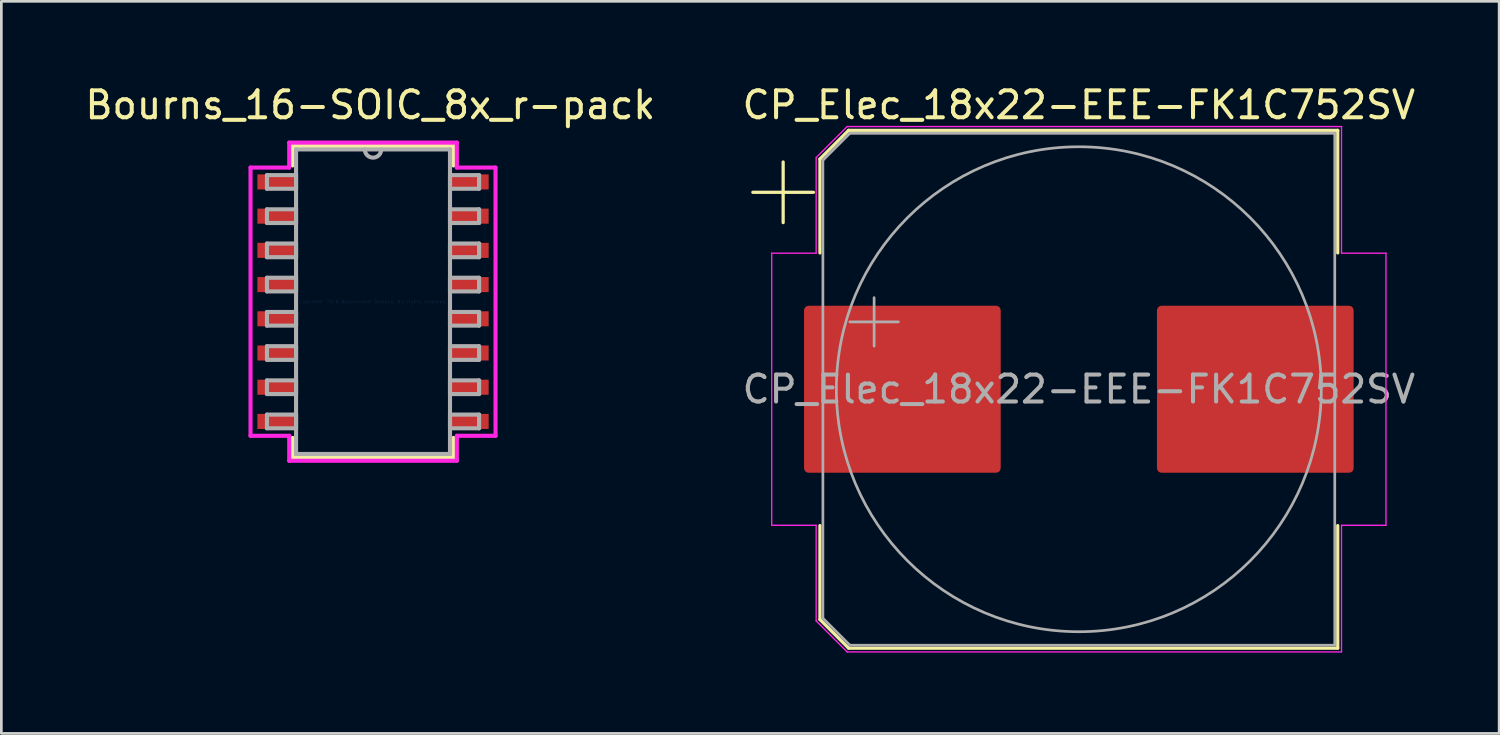
<source format=kicad_pcb>
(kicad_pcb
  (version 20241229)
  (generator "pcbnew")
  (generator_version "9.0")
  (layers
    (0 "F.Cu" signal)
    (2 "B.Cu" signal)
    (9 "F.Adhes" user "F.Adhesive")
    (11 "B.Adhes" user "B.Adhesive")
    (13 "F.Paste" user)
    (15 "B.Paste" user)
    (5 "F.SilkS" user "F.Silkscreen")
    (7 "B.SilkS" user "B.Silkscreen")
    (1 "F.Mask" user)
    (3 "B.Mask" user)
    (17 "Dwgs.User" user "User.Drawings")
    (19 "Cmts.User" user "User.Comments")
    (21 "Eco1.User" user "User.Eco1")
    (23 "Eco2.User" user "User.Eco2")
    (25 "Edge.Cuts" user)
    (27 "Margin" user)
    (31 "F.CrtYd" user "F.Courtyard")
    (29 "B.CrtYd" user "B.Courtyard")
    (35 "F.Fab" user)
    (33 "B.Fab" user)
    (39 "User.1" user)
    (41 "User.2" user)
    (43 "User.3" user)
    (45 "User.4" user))
  (footprint "CP_Elec_18x22-EEE-FK1C752SV"
    (layer "F.Cu")
    (at 36.994 11.398)
    (property "Reference" "CP_Elec_18x22-EEE-FK1C752SV" (at 0 -10.55 0) (layer "F.SilkS") (effects (font (size 1 1) (thickness 0.15))))
    (attr smd)
    (fp_line (start -12.1 -7.31) (end -9.85 -7.31) (stroke (width 0.12) (type solid)) (layer "F.SilkS"))
    (fp_line (start -10.975 -8.435) (end -10.975 -6.185) (stroke (width 0.12) (type solid)) (layer "F.SilkS"))
    (fp_line (start -9.61 -8.546) (end -9.61 -5.06) (stroke (width 0.12) (type solid)) (layer "F.SilkS"))
    (fp_line (start -9.61 -8.546) (end -8.546 -9.61) (stroke (width 0.12) (type solid)) (layer "F.SilkS"))
    (fp_line (start -9.61 8.546) (end -9.61 5.06) (stroke (width 0.12) (type solid)) (layer "F.SilkS"))
    (fp_line (start -9.61 8.546) (end -8.546 9.61) (stroke (width 0.12) (type solid)) (layer "F.SilkS"))
    (fp_line (start -8.546 -9.61) (end 9.61 -9.61) (stroke (width 0.12) (type solid)) (layer "F.SilkS"))
    (fp_line (start -8.546 9.61) (end 9.61 9.61) (stroke (width 0.12) (type solid)) (layer "F.SilkS"))
    (fp_line (start 9.61 -9.61) (end 9.61 -5.06) (stroke (width 0.12) (type solid)) (layer "F.SilkS"))
    (fp_line (start 9.61 9.61) (end 9.61 5.06) (stroke (width 0.12) (type solid)) (layer "F.SilkS"))
    (fp_line (start -11.4 -5.05) (end -11.4 5.05) (stroke (width 0.05) (type solid)) (layer "F.CrtYd"))
    (fp_line (start -11.4 5.05) (end -9.75 5.05) (stroke (width 0.05) (type solid)) (layer "F.CrtYd"))
    (fp_line (start -9.75 -8.6) (end -9.75 -5.05) (stroke (width 0.05) (type solid)) (layer "F.CrtYd"))
    (fp_line (start -9.75 -8.6) (end -8.6 -9.75) (stroke (width 0.05) (type solid)) (layer "F.CrtYd"))
    (fp_line (start -9.75 -5.05) (end -11.4 -5.05) (stroke (width 0.05) (type solid)) (layer "F.CrtYd"))
    (fp_line (start -9.75 5.05) (end -9.75 8.6) (stroke (width 0.05) (type solid)) (layer "F.CrtYd"))
    (fp_line (start -9.75 8.6) (end -8.6 9.75) (stroke (width 0.05) (type solid)) (layer "F.CrtYd"))
    (fp_line (start -8.6 -9.75) (end 9.75 -9.75) (stroke (width 0.05) (type solid)) (layer "F.CrtYd"))
    (fp_line (start -8.6 9.75) (end 9.75 9.75) (stroke (width 0.05) (type solid)) (layer "F.CrtYd"))
    (fp_line (start 9.75 -9.75) (end 9.75 -5.05) (stroke (width 0.05) (type solid)) (layer "F.CrtYd"))
    (fp_line (start 9.75 -5.05) (end 11.4 -5.05) (stroke (width 0.05) (type solid)) (layer "F.CrtYd"))
    (fp_line (start 9.75 5.05) (end 9.75 9.75) (stroke (width 0.05) (type solid)) (layer "F.CrtYd"))
    (fp_line (start 11.4 -5.05) (end 11.4 5.05) (stroke (width 0.05) (type solid)) (layer "F.CrtYd"))
    (fp_line (start 11.4 5.05) (end 9.75 5.05) (stroke (width 0.05) (type solid)) (layer "F.CrtYd"))
    (fp_line (start -9.5 -8.5) (end -9.5 8.5) (stroke (width 0.1) (type solid)) (layer "F.Fab"))
    (fp_line (start -9.5 -8.5) (end -8.5 -9.5) (stroke (width 0.1) (type solid)) (layer "F.Fab"))
    (fp_line (start -9.5 8.5) (end -8.5 9.5) (stroke (width 0.1) (type solid)) (layer "F.Fab"))
    (fp_line (start -8.5 -9.5) (end 9.5 -9.5) (stroke (width 0.1) (type solid)) (layer "F.Fab"))
    (fp_line (start -8.5 9.5) (end 9.5 9.5) (stroke (width 0.1) (type solid)) (layer "F.Fab"))
    (fp_line (start -8.499 -2.5) (end -6.699 -2.5) (stroke (width 0.1) (type solid)) (layer "F.Fab"))
    (fp_line (start -7.599 -3.4) (end -7.599 -1.6) (stroke (width 0.1) (type solid)) (layer "F.Fab"))
    (fp_line (start 9.5 -9.5) (end 9.5 9.5) (stroke (width 0.1) (type solid)) (layer "F.Fab"))
    (fp_circle (center 0 0) (end 9 0) (stroke (width 0.1) (type solid)) (fill no) (layer "F.Fab"))
    (fp_text user "${REFERENCE}" (at 0 0 0) (layer "F.Fab") (effects (font (size 1 1) (thickness 0.15))))
    (pad "1" smd roundrect (at -6.55 0) (size 7.3 6.2) (layers "F.Cu" "F.Mask" "F.Paste") (roundrect_rratio 0.028))
    (pad "2" smd roundrect (at 6.55 0) (size 7.3 6.2) (layers "F.Cu" "F.Mask" "F.Paste") (roundrect_rratio 0.028)))
  (footprint "Bourns_16-SOIC_8x_r-pack"
    (layer "F.Cu")
    (at 10.796 8.148)
    (property "Reference" "Bourns_16-SOIC_8x_r-pack" (at -0.1 -7.3 0) (layer "F.SilkS") (effects (font (size 1 1) (thickness 0.15))))
    (attr through_hole)
    (fp_line (start -2.985 -5.779) (end -2.985 -5.057) (stroke (width 0.152) (type solid)) (layer "F.SilkS"))
    (fp_line (start -2.985 5.057) (end -2.985 5.779) (stroke (width 0.152) (type solid)) (layer "F.SilkS"))
    (fp_line (start -2.985 5.779) (end 2.985 5.779) (stroke (width 0.152) (type solid)) (layer "F.SilkS"))
    (fp_line (start 2.985 -5.779) (end -2.985 -5.779) (stroke (width 0.152) (type solid)) (layer "F.SilkS"))
    (fp_line (start 2.985 -5.057) (end 2.985 -5.779) (stroke (width 0.152) (type solid)) (layer "F.SilkS"))
    (fp_line (start 2.985 5.779) (end 2.985 5.057) (stroke (width 0.152) (type solid)) (layer "F.SilkS"))
    (fp_line (start -4.547 -4.978) (end -3.111 -4.978) (stroke (width 0.152) (type solid)) (layer "F.CrtYd"))
    (fp_line (start -4.547 4.978) (end -4.547 -4.978) (stroke (width 0.152) (type solid)) (layer "F.CrtYd"))
    (fp_line (start -3.111 -5.905) (end 3.111 -5.905) (stroke (width 0.152) (type solid)) (layer "F.CrtYd"))
    (fp_line (start -3.111 -4.978) (end -3.111 -5.905) (stroke (width 0.152) (type solid)) (layer "F.CrtYd"))
    (fp_line (start -3.111 4.978) (end -4.547 4.978) (stroke (width 0.152) (type solid)) (layer "F.CrtYd"))
    (fp_line (start -3.111 5.905) (end -3.111 4.978) (stroke (width 0.152) (type solid)) (layer "F.CrtYd"))
    (fp_line (start 3.111 -5.905) (end 3.111 -4.978) (stroke (width 0.152) (type solid)) (layer "F.CrtYd"))
    (fp_line (start 3.111 -4.978) (end 4.547 -4.978) (stroke (width 0.152) (type solid)) (layer "F.CrtYd"))
    (fp_line (start 3.111 4.978) (end 3.111 5.905) (stroke (width 0.152) (type solid)) (layer "F.CrtYd"))
    (fp_line (start 3.111 5.905) (end -3.111 5.905) (stroke (width 0.152) (type solid)) (layer "F.CrtYd"))
    (fp_line (start 4.547 -4.978) (end 4.547 4.978) (stroke (width 0.152) (type solid)) (layer "F.CrtYd"))
    (fp_line (start 4.547 4.978) (end 3.111 4.978) (stroke (width 0.152) (type solid)) (layer "F.CrtYd"))
    (fp_line (start -3.937 -4.699) (end -3.937 -4.191) (stroke (width 0.152) (type solid)) (layer "F.Fab"))
    (fp_line (start -3.937 -4.191) (end -2.857 -4.191) (stroke (width 0.152) (type solid)) (layer "F.Fab"))
    (fp_line (start -3.937 -3.429) (end -3.937 -2.921) (stroke (width 0.152) (type solid)) (layer "F.Fab"))
    (fp_line (start -3.937 -2.921) (end -2.857 -2.921) (stroke (width 0.152) (type solid)) (layer "F.Fab"))
    (fp_line (start -3.937 -2.159) (end -3.937 -1.651) (stroke (width 0.152) (type solid)) (layer "F.Fab"))
    (fp_line (start -3.937 -1.651) (end -2.857 -1.651) (stroke (width 0.152) (type solid)) (layer "F.Fab"))
    (fp_line (start -3.937 -0.889) (end -3.937 -0.381) (stroke (width 0.152) (type solid)) (layer "F.Fab"))
    (fp_line (start -3.937 -0.381) (end -2.857 -0.381) (stroke (width 0.152) (type solid)) (layer "F.Fab"))
    (fp_line (start -3.937 0.381) (end -3.937 0.889) (stroke (width 0.152) (type solid)) (layer "F.Fab"))
    (fp_line (start -3.937 0.889) (end -2.857 0.889) (stroke (width 0.152) (type solid)) (layer "F.Fab"))
    (fp_line (start -3.937 1.651) (end -3.937 2.159) (stroke (width 0.152) (type solid)) (layer "F.Fab"))
    (fp_line (start -3.937 2.159) (end -2.857 2.159) (stroke (width 0.152) (type solid)) (layer "F.Fab"))
    (fp_line (start -3.937 2.921) (end -3.937 3.429) (stroke (width 0.152) (type solid)) (layer "F.Fab"))
    (fp_line (start -3.937 3.429) (end -2.857 3.429) (stroke (width 0.152) (type solid)) (layer "F.Fab"))
    (fp_line (start -3.937 4.191) (end -3.937 4.699) (stroke (width 0.152) (type solid)) (layer "F.Fab"))
    (fp_line (start -3.937 4.699) (end -2.857 4.699) (stroke (width 0.152) (type solid)) (layer "F.Fab"))
    (fp_line (start -2.857 -5.652) (end -2.857 5.652) (stroke (width 0.152) (type solid)) (layer "F.Fab"))
    (fp_line (start -2.857 -4.699) (end -3.937 -4.699) (stroke (width 0.152) (type solid)) (layer "F.Fab"))
    (fp_line (start -2.857 -4.191) (end -2.857 -4.699) (stroke (width 0.152) (type solid)) (layer "F.Fab"))
    (fp_line (start -2.857 -3.429) (end -3.937 -3.429) (stroke (width 0.152) (type solid)) (layer "F.Fab"))
    (fp_line (start -2.857 -2.921) (end -2.857 -3.429) (stroke (width 0.152) (type solid)) (layer "F.Fab"))
    (fp_line (start -2.857 -2.159) (end -3.937 -2.159) (stroke (width 0.152) (type solid)) (layer "F.Fab"))
    (fp_line (start -2.857 -1.651) (end -2.857 -2.159) (stroke (width 0.152) (type solid)) (layer "F.Fab"))
    (fp_line (start -2.857 -0.889) (end -3.937 -0.889) (stroke (width 0.152) (type solid)) (layer "F.Fab"))
    (fp_line (start -2.857 -0.381) (end -2.857 -0.889) (stroke (width 0.152) (type solid)) (layer "F.Fab"))
    (fp_line (start -2.857 0.381) (end -3.937 0.381) (stroke (width 0.152) (type solid)) (layer "F.Fab"))
    (fp_line (start -2.857 0.889) (end -2.857 0.381) (stroke (width 0.152) (type solid)) (layer "F.Fab"))
    (fp_line (start -2.857 1.651) (end -3.937 1.651) (stroke (width 0.152) (type solid)) (layer "F.Fab"))
    (fp_line (start -2.857 2.159) (end -2.857 1.651) (stroke (width 0.152) (type solid)) (layer "F.Fab"))
    (fp_line (start -2.857 2.921) (end -3.937 2.921) (stroke (width 0.152) (type solid)) (layer "F.Fab"))
    (fp_line (start -2.857 3.429) (end -2.857 2.921) (stroke (width 0.152) (type solid)) (layer "F.Fab"))
    (fp_line (start -2.857 4.191) (end -3.937 4.191) (stroke (width 0.152) (type solid)) (layer "F.Fab"))
    (fp_line (start -2.857 4.699) (end -2.857 4.191) (stroke (width 0.152) (type solid)) (layer "F.Fab"))
    (fp_line (start -2.857 5.652) (end 2.857 5.652) (stroke (width 0.152) (type solid)) (layer "F.Fab"))
    (fp_line (start 2.857 -5.652) (end -2.857 -5.652) (stroke (width 0.152) (type solid)) (layer "F.Fab"))
    (fp_line (start 2.857 -4.699) (end 2.857 -4.191) (stroke (width 0.152) (type solid)) (layer "F.Fab"))
    (fp_line (start 2.857 -4.191) (end 3.937 -4.191) (stroke (width 0.152) (type solid)) (layer "F.Fab"))
    (fp_line (start 2.857 -3.429) (end 2.857 -2.921) (stroke (width 0.152) (type solid)) (layer "F.Fab"))
    (fp_line (start 2.857 -2.921) (end 3.937 -2.921) (stroke (width 0.152) (type solid)) (layer "F.Fab"))
    (fp_line (start 2.857 -2.159) (end 2.857 -1.651) (stroke (width 0.152) (type solid)) (layer "F.Fab"))
    (fp_line (start 2.857 -1.651) (end 3.937 -1.651) (stroke (width 0.152) (type solid)) (layer "F.Fab"))
    (fp_line (start 2.857 -0.889) (end 2.857 -0.381) (stroke (width 0.152) (type solid)) (layer "F.Fab"))
    (fp_line (start 2.857 -0.381) (end 3.937 -0.381) (stroke (width 0.152) (type solid)) (layer "F.Fab"))
    (fp_line (start 2.857 0.381) (end 2.857 0.889) (stroke (width 0.152) (type solid)) (layer "F.Fab"))
    (fp_line (start 2.857 0.889) (end 3.937 0.889) (stroke (width 0.152) (type solid)) (layer "F.Fab"))
    (fp_line (start 2.857 1.651) (end 2.857 2.159) (stroke (width 0.152) (type solid)) (layer "F.Fab"))
    (fp_line (start 2.857 2.159) (end 3.937 2.159) (stroke (width 0.152) (type solid)) (layer "F.Fab"))
    (fp_line (start 2.857 2.921) (end 2.857 3.429) (stroke (width 0.152) (type solid)) (layer "F.Fab"))
    (fp_line (start 2.857 3.429) (end 3.937 3.429) (stroke (width 0.152) (type solid)) (layer "F.Fab"))
    (fp_line (start 2.857 4.191) (end 2.857 4.699) (stroke (width 0.152) (type solid)) (layer "F.Fab"))
    (fp_line (start 2.857 4.699) (end 3.937 4.699) (stroke (width 0.152) (type solid)) (layer "F.Fab"))
    (fp_line (start 2.857 5.652) (end 2.857 -5.652) (stroke (width 0.152) (type solid)) (layer "F.Fab"))
    (fp_line (start 3.937 -4.699) (end 2.857 -4.699) (stroke (width 0.152) (type solid)) (layer "F.Fab"))
    (fp_line (start 3.937 -4.191) (end 3.937 -4.699) (stroke (width 0.152) (type solid)) (layer "F.Fab"))
    (fp_line (start 3.937 -3.429) (end 2.857 -3.429) (stroke (width 0.152) (type solid)) (layer "F.Fab"))
    (fp_line (start 3.937 -2.921) (end 3.937 -3.429) (stroke (width 0.152) (type solid)) (layer "F.Fab"))
    (fp_line (start 3.937 -2.159) (end 2.857 -2.159) (stroke (width 0.152) (type solid)) (layer "F.Fab"))
    (fp_line (start 3.937 -1.651) (end 3.937 -2.159) (stroke (width 0.152) (type solid)) (layer "F.Fab"))
    (fp_line (start 3.937 -0.889) (end 2.857 -0.889) (stroke (width 0.152) (type solid)) (layer "F.Fab"))
    (fp_line (start 3.937 -0.381) (end 3.937 -0.889) (stroke (width 0.152) (type solid)) (layer "F.Fab"))
    (fp_line (start 3.937 0.381) (end 2.857 0.381) (stroke (width 0.152) (type solid)) (layer "F.Fab"))
    (fp_line (start 3.937 0.889) (end 3.937 0.381) (stroke (width 0.152) (type solid)) (layer "F.Fab"))
    (fp_line (start 3.937 1.651) (end 2.857 1.651) (stroke (width 0.152) (type solid)) (layer "F.Fab"))
    (fp_line (start 3.937 2.159) (end 3.937 1.651) (stroke (width 0.152) (type solid)) (layer "F.Fab"))
    (fp_line (start 3.937 2.921) (end 2.857 2.921) (stroke (width 0.152) (type solid)) (layer "F.Fab"))
    (fp_line (start 3.937 3.429) (end 3.937 2.921) (stroke (width 0.152) (type solid)) (layer "F.Fab"))
    (fp_line (start 3.937 4.191) (end 2.857 4.191) (stroke (width 0.152) (type solid)) (layer "F.Fab"))
    (fp_line (start 3.937 4.699) (end 3.937 4.191) (stroke (width 0.152) (type solid)) (layer "F.Fab"))
    (fp_arc (start 0.3048 -5.6515) (mid 0 -5.3467) (end -0.3048 -5.6515) (stroke (width 0.1524) (type solid)) (layer "F.Fab"))
    (fp_text user "Copyright 2016 Accelerated Designs. All rights reserved." (at 0 0 0) (layer "Cmts.User") (effects (font (size 0.127 0.127) (thickness 0.002))))
    (pad "1" smd rect (at -3.581 -4.445) (size 1.422 0.559) (layers "F.Cu" "F.Mask" "F.Paste"))
    (pad "2" smd rect (at -3.581 -3.175) (size 1.422 0.559) (layers "F.Cu" "F.Mask" "F.Paste"))
    (pad "3" smd rect (at -3.581 -1.905) (size 1.422 0.559) (layers "F.Cu" "F.Mask" "F.Paste"))
    (pad "4" smd rect (at -3.581 -0.635) (size 1.422 0.559) (layers "F.Cu" "F.Mask" "F.Paste"))
    (pad "5" smd rect (at -3.581 0.635) (size 1.422 0.559) (layers "F.Cu" "F.Mask" "F.Paste"))
    (pad "6" smd rect (at -3.581 1.905) (size 1.422 0.559) (layers "F.Cu" "F.Mask" "F.Paste"))
    (pad "7" smd rect (at -3.581 3.175) (size 1.422 0.559) (layers "F.Cu" "F.Mask" "F.Paste"))
    (pad "8" smd rect (at -3.581 4.445) (size 1.422 0.559) (layers "F.Cu" "F.Mask" "F.Paste"))
    (pad "9" smd rect (at 3.581 4.445) (size 1.422 0.559) (layers "F.Cu" "F.Mask" "F.Paste"))
    (pad "10" smd rect (at 3.581 3.175) (size 1.422 0.559) (layers "F.Cu" "F.Mask" "F.Paste"))
    (pad "11" smd rect (at 3.581 1.905) (size 1.422 0.559) (layers "F.Cu" "F.Mask" "F.Paste"))
    (pad "12" smd rect (at 3.581 0.635) (size 1.422 0.559) (layers "F.Cu" "F.Mask" "F.Paste"))
    (pad "13" smd rect (at 3.581 -0.635) (size 1.422 0.559) (layers "F.Cu" "F.Mask" "F.Paste"))
    (pad "14" smd rect (at 3.581 -1.905) (size 1.422 0.559) (layers "F.Cu" "F.Mask" "F.Paste"))
    (pad "15" smd rect (at 3.581 -3.175) (size 1.422 0.559) (layers "F.Cu" "F.Mask" "F.Paste"))
    (pad "16" smd rect (at 3.581 -4.445) (size 1.422 0.559) (layers "F.Cu" "F.Mask" "F.Paste")))
  (gr_rect
    (start -3 -3)
    (end 52.595 24.173)
    (stroke (width 0.1) (type default))
    (fill no)
    (layer "Edge.Cuts")))
</source>
